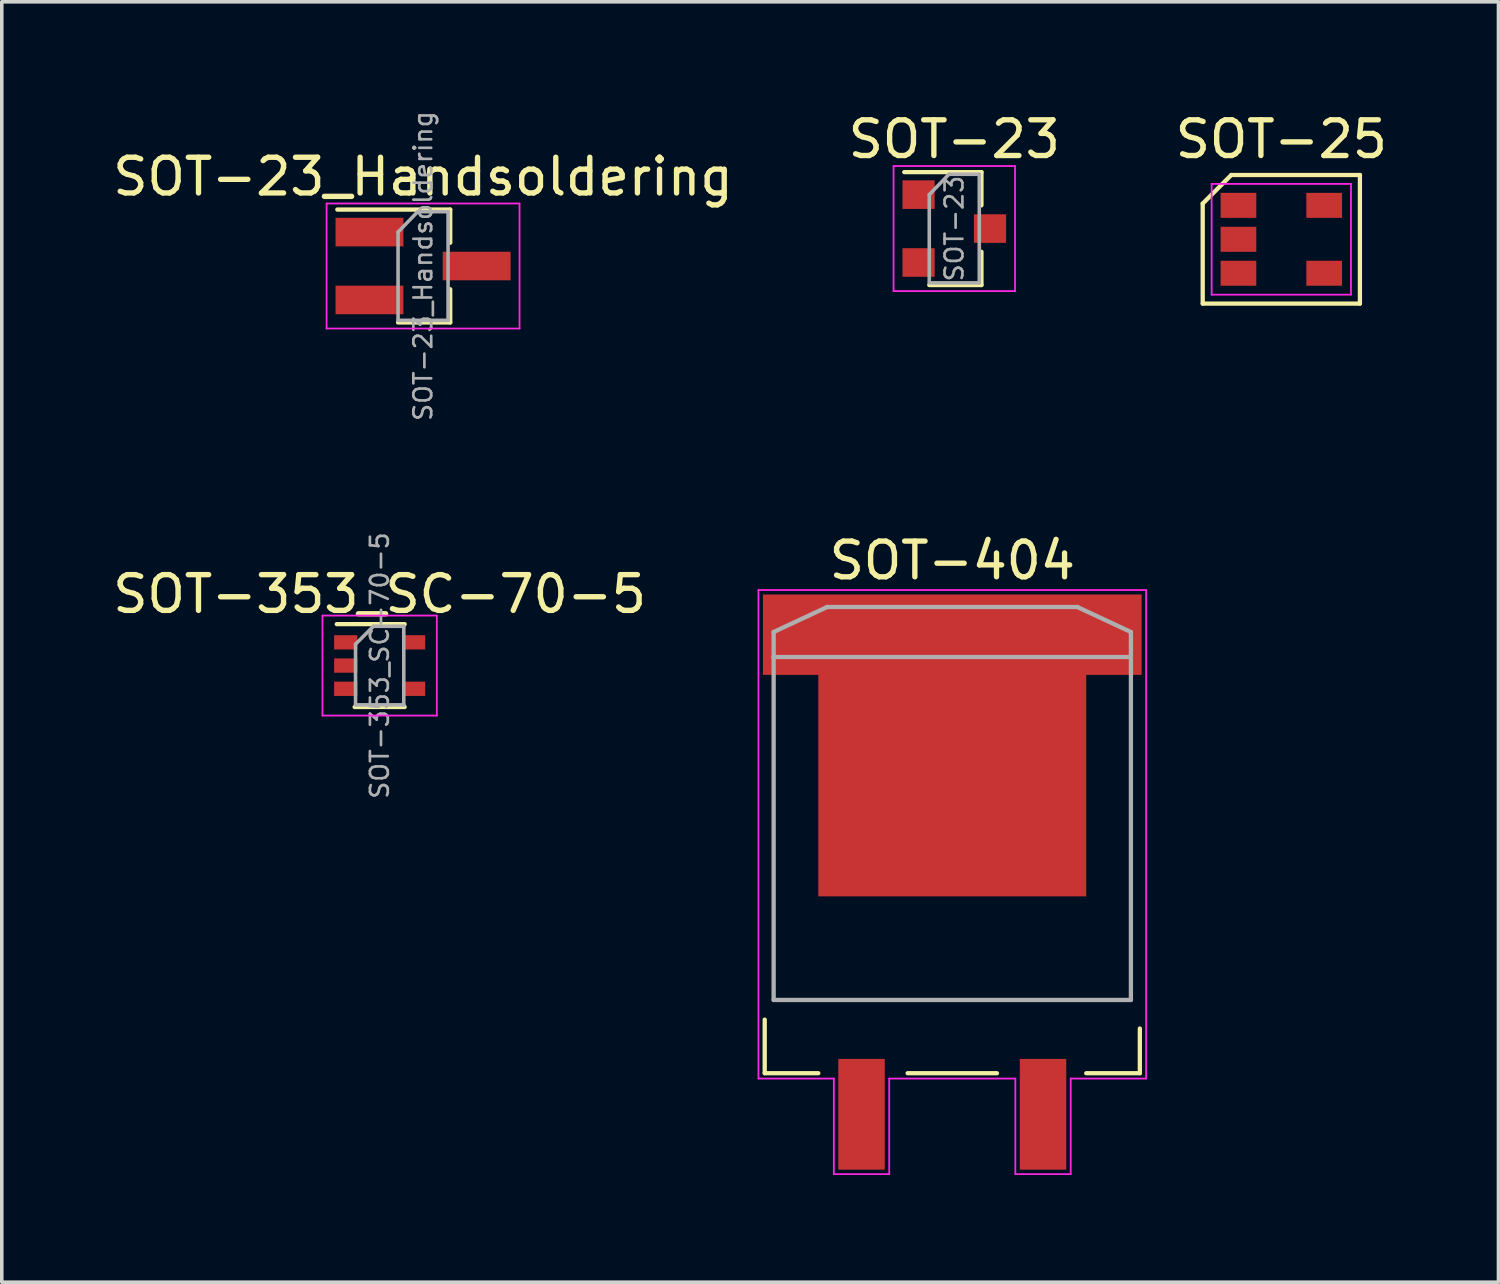
<source format=kicad_pcb>
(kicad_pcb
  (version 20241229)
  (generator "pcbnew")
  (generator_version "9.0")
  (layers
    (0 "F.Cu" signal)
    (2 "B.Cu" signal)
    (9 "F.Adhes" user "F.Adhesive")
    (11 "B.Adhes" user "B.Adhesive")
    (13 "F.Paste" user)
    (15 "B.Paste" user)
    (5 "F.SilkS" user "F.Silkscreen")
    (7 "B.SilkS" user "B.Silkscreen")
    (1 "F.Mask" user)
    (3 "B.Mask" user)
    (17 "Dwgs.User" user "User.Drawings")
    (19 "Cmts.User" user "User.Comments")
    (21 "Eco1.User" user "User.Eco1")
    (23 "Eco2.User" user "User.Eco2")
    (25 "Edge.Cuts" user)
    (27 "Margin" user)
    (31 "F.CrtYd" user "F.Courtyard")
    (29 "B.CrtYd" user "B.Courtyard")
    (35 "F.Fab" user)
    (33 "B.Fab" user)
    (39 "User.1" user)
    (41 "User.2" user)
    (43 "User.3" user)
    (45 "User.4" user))
  (footprint "SOT-353_SC-70-5"
    (layer "F.Cu")
    (at 7.577 15.58)
    (property "Reference" "SOT-353_SC-70-5" (at 0 -2 0) (layer "F.SilkS") (effects (font (size 1 1) (thickness 0.15))))
    (attr smd)
    (fp_line (start -0.7 1.16) (end 0.7 1.16) (stroke (width 0.12) (type solid)) (layer "F.SilkS"))
    (fp_line (start 0.7 -1.16) (end -1.2 -1.16) (stroke (width 0.12) (type solid)) (layer "F.SilkS"))
    (fp_line (start -1.6 -1.4) (end -1.6 1.4) (stroke (width 0.05) (type solid)) (layer "F.CrtYd"))
    (fp_line (start -1.6 -1.4) (end 1.6 -1.4) (stroke (width 0.05) (type solid)) (layer "F.CrtYd"))
    (fp_line (start -1.6 1.4) (end 1.6 1.4) (stroke (width 0.05) (type solid)) (layer "F.CrtYd"))
    (fp_line (start 1.6 1.4) (end 1.6 -1.4) (stroke (width 0.05) (type solid)) (layer "F.CrtYd"))
    (fp_line (start -0.675 -0.6) (end -0.675 1.1) (stroke (width 0.1) (type solid)) (layer "F.Fab"))
    (fp_line (start -0.175 -1.1) (end -0.675 -0.6) (stroke (width 0.1) (type solid)) (layer "F.Fab"))
    (fp_line (start 0.675 -1.1) (end -0.175 -1.1) (stroke (width 0.1) (type solid)) (layer "F.Fab"))
    (fp_line (start 0.675 -1.1) (end 0.675 1.1) (stroke (width 0.1) (type solid)) (layer "F.Fab"))
    (fp_line (start 0.675 1.1) (end -0.675 1.1) (stroke (width 0.1) (type solid)) (layer "F.Fab"))
    (fp_text user "${REFERENCE}" (at 0 0 90) (layer "F.Fab") (effects (font (size 0.5 0.5) (thickness 0.075))))
    (pad "1" smd rect (at -0.95 -0.65) (size 0.65 0.4) (layers "F.Cu" "F.Mask" "F.Paste"))
    (pad "2" smd rect (at -0.95 0) (size 0.65 0.4) (layers "F.Cu" "F.Mask" "F.Paste"))
    (pad "3" smd rect (at -0.95 0.65) (size 0.65 0.4) (layers "F.Cu" "F.Mask" "F.Paste"))
    (pad "4" smd rect (at 0.95 0.65) (size 0.65 0.4) (layers "F.Cu" "F.Mask" "F.Paste"))
    (pad "5" smd rect (at 0.95 -0.65) (size 0.65 0.4) (layers "F.Cu" "F.Mask" "F.Paste")))
  (footprint "SOT-25"
    (layer "F.Cu")
    (at 32.765 3.748)
    (property "Reference" "SOT-25" (at 0.05 -2.9 0) (layer "F.SilkS") (effects (font (size 1 1) (thickness 0.15))))
    (attr smd)
    (fp_line (start -2.15 -1.1) (end -1.35 -1.9) (stroke (width 0.12) (type solid)) (layer "F.SilkS"))
    (fp_line (start -2.15 1.7) (end -2.15 -1.1) (stroke (width 0.12) (type solid)) (layer "F.SilkS"))
    (fp_line (start -1.35 -1.9) (end 2.25 -1.9) (stroke (width 0.12) (type solid)) (layer "F.SilkS"))
    (fp_line (start 2.25 -1.9) (end 2.25 1.7) (stroke (width 0.12) (type solid)) (layer "F.SilkS"))
    (fp_line (start 2.25 1.7) (end -2.15 1.7) (stroke (width 0.12) (type solid)) (layer "F.SilkS"))
    (fp_line (start -1.9 -1.65) (end 2 -1.65) (stroke (width 0.05) (type solid)) (layer "F.CrtYd"))
    (fp_line (start -1.9 1.45) (end -1.9 -1.65) (stroke (width 0.05) (type solid)) (layer "F.CrtYd"))
    (fp_line (start 2 -1.65) (end 2 1.45) (stroke (width 0.05) (type solid)) (layer "F.CrtYd"))
    (fp_line (start 2 1.45) (end -1.9 1.45) (stroke (width 0.05) (type solid)) (layer "F.CrtYd"))
    (pad "1" smd rect (at -1.15 -1.05 270) (size 0.7 1) (layers "F.Cu" "F.Mask" "F.Paste"))
    (pad "2" smd rect (at -1.15 -0.1 270) (size 0.7 1) (layers "F.Cu" "F.Mask" "F.Paste"))
    (pad "3" smd rect (at -1.15 0.85 270) (size 0.7 1) (layers "F.Cu" "F.Mask" "F.Paste"))
    (pad "4" smd rect (at 1.25 0.85 270) (size 0.7 1) (layers "F.Cu" "F.Mask" "F.Paste"))
    (pad "5" smd rect (at 1.25 -1.05 270) (size 0.7 1) (layers "F.Cu" "F.Mask" "F.Paste")))
  (footprint "SOT-404"
    (layer "F.Cu")
    (at 23.605 21.74)
    (property "Reference" "SOT-404" (at 0 -9.1 0) (layer "F.SilkS") (effects (font (size 1 1) (thickness 0.15))))
    (attr through_hole)
    (fp_line (start -5.25 3.75) (end -5.25 5.25) (stroke (width 0.12) (type solid)) (layer "F.SilkS"))
    (fp_line (start -5.25 5.25) (end -3.75 5.25) (stroke (width 0.12) (type solid)) (layer "F.SilkS"))
    (fp_line (start -1.25 5.25) (end 1.25 5.25) (stroke (width 0.12) (type solid)) (layer "F.SilkS"))
    (fp_line (start 5.25 4) (end 5.25 5.25) (stroke (width 0.12) (type solid)) (layer "F.SilkS"))
    (fp_line (start 5.25 5.25) (end 3.75 5.25) (stroke (width 0.12) (type solid)) (layer "F.SilkS"))
    (fp_poly (pts (xy -3.75 -5.95) (xy -5.25 -5.95) (xy -5.25 -8.1) (xy -3.75 -8.1)) (stroke (width 0) (type solid)) (fill yes) (layer "F.Paste"))
    (fp_poly (pts (xy -2 -2.85) (xy -3.7 -2.85) (xy -3.7 -4.35) (xy -2 -4.35)) (stroke (width 0) (type solid)) (fill yes) (layer "F.Paste"))
    (fp_poly (pts (xy -2 0.25) (xy -3.7 0.25) (xy -3.7 -1.25) (xy -2 -1.25)) (stroke (width 0) (type solid)) (fill yes) (layer "F.Paste"))
    (fp_poly (pts (xy -1.95 -5.95) (xy -3.45 -5.95) (xy -3.45 -8.1) (xy -1.95 -8.1)) (stroke (width 0) (type solid)) (fill yes) (layer "F.Paste"))
    (fp_poly (pts (xy -1.95 6.3) (xy -3.15 6.3) (xy -3.15 4.9) (xy -1.95 4.9)) (stroke (width 0) (type solid)) (fill yes) (layer "F.Paste"))
    (fp_poly (pts (xy -1.95 7.9) (xy -3.15 7.9) (xy -3.15 6.5) (xy -1.95 6.5)) (stroke (width 0) (type solid)) (fill yes) (layer "F.Paste"))
    (fp_poly (pts (xy -0.15 -5.95) (xy -1.65 -5.95) (xy -1.65 -8.1) (xy -0.15 -8.1)) (stroke (width 0) (type solid)) (fill yes) (layer "F.Paste"))
    (fp_poly (pts (xy -0.1 -2.85) (xy -1.8 -2.85) (xy -1.8 -4.35) (xy -0.1 -4.35)) (stroke (width 0) (type solid)) (fill yes) (layer "F.Paste"))
    (fp_poly (pts (xy -0.1 0.25) (xy -1.8 0.25) (xy -1.8 -1.25) (xy -0.1 -1.25)) (stroke (width 0) (type solid)) (fill yes) (layer "F.Paste"))
    (fp_poly (pts (xy 1.65 -5.95) (xy 0.15 -5.95) (xy 0.15 -8.1) (xy 1.65 -8.1)) (stroke (width 0) (type solid)) (fill yes) (layer "F.Paste"))
    (fp_poly (pts (xy 1.8 -2.85) (xy 0.1 -2.85) (xy 0.1 -4.35) (xy 1.8 -4.35)) (stroke (width 0) (type solid)) (fill yes) (layer "F.Paste"))
    (fp_poly (pts (xy 1.8 0.25) (xy 0.1 0.25) (xy 0.1 -1.25) (xy 1.8 -1.25)) (stroke (width 0) (type solid)) (fill yes) (layer "F.Paste"))
    (fp_poly (pts (xy 3.15 6.3) (xy 1.95 6.3) (xy 1.95 4.9) (xy 3.15 4.9)) (stroke (width 0) (type solid)) (fill yes) (layer "F.Paste"))
    (fp_poly (pts (xy 3.15 7.9) (xy 1.95 7.9) (xy 1.95 6.5) (xy 3.15 6.5)) (stroke (width 0) (type solid)) (fill yes) (layer "F.Paste"))
    (fp_poly (pts (xy 3.45 -5.95) (xy 1.95 -5.95) (xy 1.95 -8.1) (xy 3.45 -8.1)) (stroke (width 0) (type solid)) (fill yes) (layer "F.Paste"))
    (fp_poly (pts (xy 3.7 -2.85) (xy 2 -2.85) (xy 2 -4.35) (xy 3.7 -4.35)) (stroke (width 0) (type solid)) (fill yes) (layer "F.Paste"))
    (fp_poly (pts (xy 3.7 0.25) (xy 2 0.25) (xy 2 -1.25) (xy 3.7 -1.25)) (stroke (width 0) (type solid)) (fill yes) (layer "F.Paste"))
    (fp_poly (pts (xy 5.25 -5.95) (xy 3.75 -5.95) (xy 3.75 -8.1) (xy 5.25 -8.1)) (stroke (width 0) (type solid)) (fill yes) (layer "F.Paste"))
    (fp_line (start -5.425 -8.275) (end 5.425 -8.275) (stroke (width 0.05) (type solid)) (layer "F.CrtYd"))
    (fp_line (start -5.425 5.4) (end -5.425 -8.275) (stroke (width 0.05) (type solid)) (layer "F.CrtYd"))
    (fp_line (start -3.315 5.4) (end -5.425 5.4) (stroke (width 0.05) (type solid)) (layer "F.CrtYd"))
    (fp_line (start -3.315 8.075) (end -3.315 5.4) (stroke (width 0.05) (type solid)) (layer "F.CrtYd"))
    (fp_line (start -1.765 5.4) (end -1.765 8.075) (stroke (width 0.05) (type solid)) (layer "F.CrtYd"))
    (fp_line (start -1.765 8.075) (end -3.315 8.075) (stroke (width 0.05) (type solid)) (layer "F.CrtYd"))
    (fp_line (start 1.765 5.4) (end -1.765 5.4) (stroke (width 0.05) (type solid)) (layer "F.CrtYd"))
    (fp_line (start 1.765 8.075) (end 1.765 5.4) (stroke (width 0.05) (type solid)) (layer "F.CrtYd"))
    (fp_line (start 3.315 5.4) (end 3.315 8.075) (stroke (width 0.05) (type solid)) (layer "F.CrtYd"))
    (fp_line (start 3.315 8.075) (end 1.765 8.075) (stroke (width 0.05) (type solid)) (layer "F.CrtYd"))
    (fp_line (start 5.425 -8.275) (end 5.425 5.4) (stroke (width 0.05) (type solid)) (layer "F.CrtYd"))
    (fp_line (start 5.425 5.4) (end 3.315 5.4) (stroke (width 0.05) (type solid)) (layer "F.CrtYd"))
    (fp_line (start -5 -7.1) (end -3.5 -7.8) (stroke (width 0.12) (type solid)) (layer "F.Fab"))
    (fp_line (start -5 -6.4) (end -5 -7.1) (stroke (width 0.12) (type solid)) (layer "F.Fab"))
    (fp_line (start -5 -6.4) (end 5 -6.4) (stroke (width 0.12) (type solid)) (layer "F.Fab"))
    (fp_line (start -5 3.2) (end -5 -6.4) (stroke (width 0.12) (type solid)) (layer "F.Fab"))
    (fp_line (start 3.5 -7.8) (end -3.5 -7.8) (stroke (width 0.12) (type solid)) (layer "F.Fab"))
    (fp_line (start 5 -7.1) (end 3.5 -7.8) (stroke (width 0.12) (type solid)) (layer "F.Fab"))
    (fp_line (start 5 -6.4) (end 5 -7.1) (stroke (width 0.12) (type solid)) (layer "F.Fab"))
    (fp_line (start 5 -6.4) (end 5 3.2) (stroke (width 0.12) (type solid)) (layer "F.Fab"))
    (fp_line (start 5 3.2) (end -5 3.2) (stroke (width 0.12) (type solid)) (layer "F.Fab"))
    (pad "1" smd rect (at -2.54 6.4) (size 1.3 3.1) (layers "F.Cu" "F.Mask"))
    (pad "2" smd rect (at 2.54 6.4) (size 1.3 3.1) (layers "F.Cu" "F.Mask"))
    (pad "3" smd custom (at 0 -3.925) (size 7.5 8.45) (layers "F.Cu" "F.Mask") (options (anchor rect)) (primitives (gr_poly (pts (xy -3.75 -1.975) (xy -5.3 -1.975) (xy -5.3 -4.225) (xy -3.75 -4.225)) (width 0) (fill yes)) (gr_poly (pts (xy 5.3 -1.975) (xy 3.75 -1.975) (xy 3.75 -4.225) (xy 5.3 -4.225)) (width 0) (fill yes)))))
  (footprint "SOT-23"
    (layer "F.Cu")
    (at 23.661 3.348)
    (property "Reference" "SOT-23" (at 0 -2.5 0) (layer "F.SilkS") (effects (font (size 1 1) (thickness 0.15))))
    (attr smd)
    (fp_line (start 0.76 -1.58) (end -1.4 -1.58) (stroke (width 0.12) (type solid)) (layer "F.SilkS"))
    (fp_line (start 0.76 -1.58) (end 0.76 -0.65) (stroke (width 0.12) (type solid)) (layer "F.SilkS"))
    (fp_line (start 0.76 1.58) (end -0.7 1.58) (stroke (width 0.12) (type solid)) (layer "F.SilkS"))
    (fp_line (start 0.76 1.58) (end 0.76 0.65) (stroke (width 0.12) (type solid)) (layer "F.SilkS"))
    (fp_line (start -1.7 -1.75) (end 1.7 -1.75) (stroke (width 0.05) (type solid)) (layer "F.CrtYd"))
    (fp_line (start -1.7 1.75) (end -1.7 -1.75) (stroke (width 0.05) (type solid)) (layer "F.CrtYd"))
    (fp_line (start 1.7 -1.75) (end 1.7 1.75) (stroke (width 0.05) (type solid)) (layer "F.CrtYd"))
    (fp_line (start 1.7 1.75) (end -1.7 1.75) (stroke (width 0.05) (type solid)) (layer "F.CrtYd"))
    (fp_line (start -0.7 -0.95) (end -0.7 1.5) (stroke (width 0.1) (type solid)) (layer "F.Fab"))
    (fp_line (start -0.7 -0.95) (end -0.15 -1.52) (stroke (width 0.1) (type solid)) (layer "F.Fab"))
    (fp_line (start -0.7 1.52) (end 0.7 1.52) (stroke (width 0.1) (type solid)) (layer "F.Fab"))
    (fp_line (start -0.15 -1.52) (end 0.7 -1.52) (stroke (width 0.1) (type solid)) (layer "F.Fab"))
    (fp_line (start 0.7 -1.52) (end 0.7 1.52) (stroke (width 0.1) (type solid)) (layer "F.Fab"))
    (fp_text user "${REFERENCE}" (at 0 0 90) (layer "F.Fab") (effects (font (size 0.5 0.5) (thickness 0.075))))
    (pad "1" smd rect (at -1 -0.95) (size 0.9 0.8) (layers "F.Cu" "F.Mask" "F.Paste"))
    (pad "2" smd rect (at -1 0.95) (size 0.9 0.8) (layers "F.Cu" "F.Mask" "F.Paste"))
    (pad "3" smd rect (at 1 0) (size 0.9 0.8) (layers "F.Cu" "F.Mask" "F.Paste")))
  (footprint "SOT-23_Handsoldering"
    (layer "F.Cu")
    (at 8.792 4.396)
    (property "Reference" "SOT-23_Handsoldering" (at 0 -2.5 0) (layer "F.SilkS") (effects (font (size 1 1) (thickness 0.15))))
    (attr smd)
    (fp_line (start 0.76 -1.58) (end -2.4 -1.58) (stroke (width 0.12) (type solid)) (layer "F.SilkS"))
    (fp_line (start 0.76 -1.58) (end 0.76 -0.65) (stroke (width 0.12) (type solid)) (layer "F.SilkS"))
    (fp_line (start 0.76 1.58) (end -0.7 1.58) (stroke (width 0.12) (type solid)) (layer "F.SilkS"))
    (fp_line (start 0.76 1.58) (end 0.76 0.65) (stroke (width 0.12) (type solid)) (layer "F.SilkS"))
    (fp_line (start -2.7 -1.75) (end 2.7 -1.75) (stroke (width 0.05) (type solid)) (layer "F.CrtYd"))
    (fp_line (start -2.7 1.75) (end -2.7 -1.75) (stroke (width 0.05) (type solid)) (layer "F.CrtYd"))
    (fp_line (start 2.7 -1.75) (end 2.7 1.75) (stroke (width 0.05) (type solid)) (layer "F.CrtYd"))
    (fp_line (start 2.7 1.75) (end -2.7 1.75) (stroke (width 0.05) (type solid)) (layer "F.CrtYd"))
    (fp_line (start -0.7 -0.95) (end -0.7 1.5) (stroke (width 0.1) (type solid)) (layer "F.Fab"))
    (fp_line (start -0.7 -0.95) (end -0.15 -1.52) (stroke (width 0.1) (type solid)) (layer "F.Fab"))
    (fp_line (start -0.7 1.52) (end 0.7 1.52) (stroke (width 0.1) (type solid)) (layer "F.Fab"))
    (fp_line (start -0.15 -1.52) (end 0.7 -1.52) (stroke (width 0.1) (type solid)) (layer "F.Fab"))
    (fp_line (start 0.7 -1.52) (end 0.7 1.52) (stroke (width 0.1) (type solid)) (layer "F.Fab"))
    (fp_text user "${REFERENCE}" (at 0 0 90) (layer "F.Fab") (effects (font (size 0.5 0.5) (thickness 0.075))))
    (pad "1" smd rect (at -1.5 -0.95) (size 1.9 0.8) (layers "F.Cu" "F.Mask" "F.Paste"))
    (pad "2" smd rect (at -1.5 0.95) (size 1.9 0.8) (layers "F.Cu" "F.Mask" "F.Paste"))
    (pad "3" smd rect (at 1.5 0) (size 1.9 0.8) (layers "F.Cu" "F.Mask" "F.Paste")))
  (gr_rect
    (start -3 -3)
    (end 38.893 32.84)
    (stroke (width 0.1) (type default))
    (fill no)
    (layer "Edge.Cuts")))
</source>
